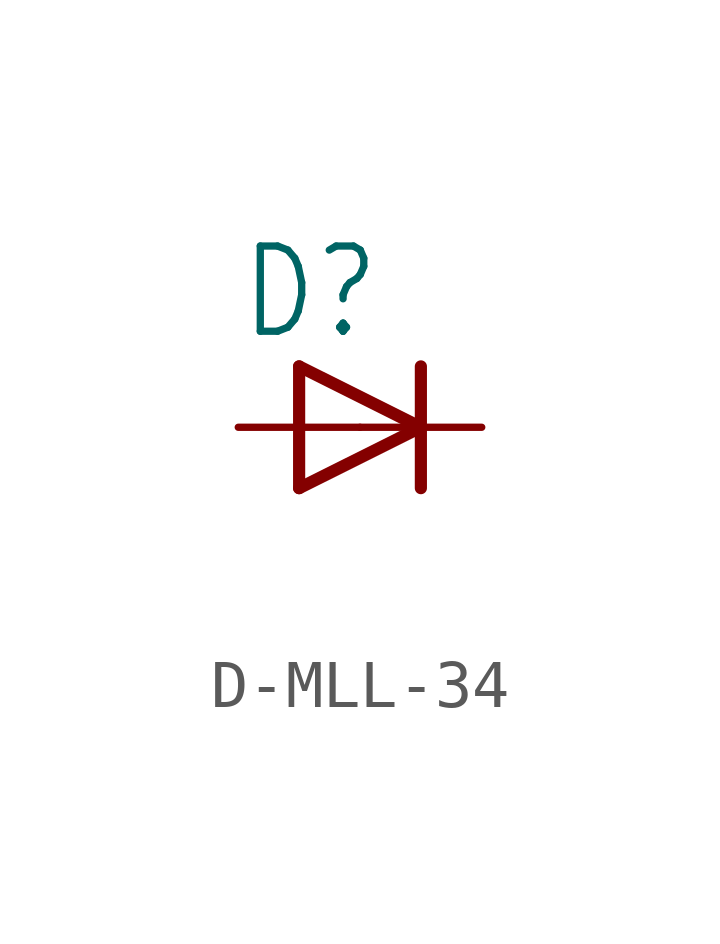
<source format=kicad_sym>
(kicad_symbol_lib
  (version 20220914)
  (generator kicad_symbol_editor)
  (symbol "D-MLL-34"
    (property "Reference" "D"
      (at -2.54 1.778 0)
      (effects (font (size 1.778 1.511)) (justify left bottom)))
    (property "Value" ""
      (at -2.54 -3.683 0)
      (effects (font (size 1.778 1.511)) (justify left bottom)))
    (property "ki_locked" ""
      (at 0 0 0)
      (effects (font (size 1.27 1.27))))
    (symbol "D-MLL-34_1_0"
      (polyline (pts (xy -1.27 -1.27) (xy 1.27 0)) (stroke (width 0.254) (type solid)) (fill (type none)))
      (polyline (pts (xy -1.27 1.27) (xy -1.27 -1.27)) (stroke (width 0.254) (type solid)) (fill (type none)))
      (polyline (pts (xy 1.27 0) (xy -1.27 1.27)) (stroke (width 0.254) (type solid)) (fill (type none)))
      (polyline (pts (xy 1.27 0) (xy 1.27 -1.27)) (stroke (width 0.254) (type solid)) (fill (type none)))
      (polyline (pts (xy 1.27 1.27) (xy 1.27 0)) (stroke (width 0.254) (type solid)) (fill (type none)))
      (pin passive line (at 2.54 0 180) (length 2.54) (name "C" (effects (font (size 0 0)))) (number "1" (effects (font (size 0 0)))))
      (pin passive line (at -2.54 0 0) (length 2.54) (name "A" (effects (font (size 0 0)))) (number "2" (effects (font (size 0 0))))))))
</source>
